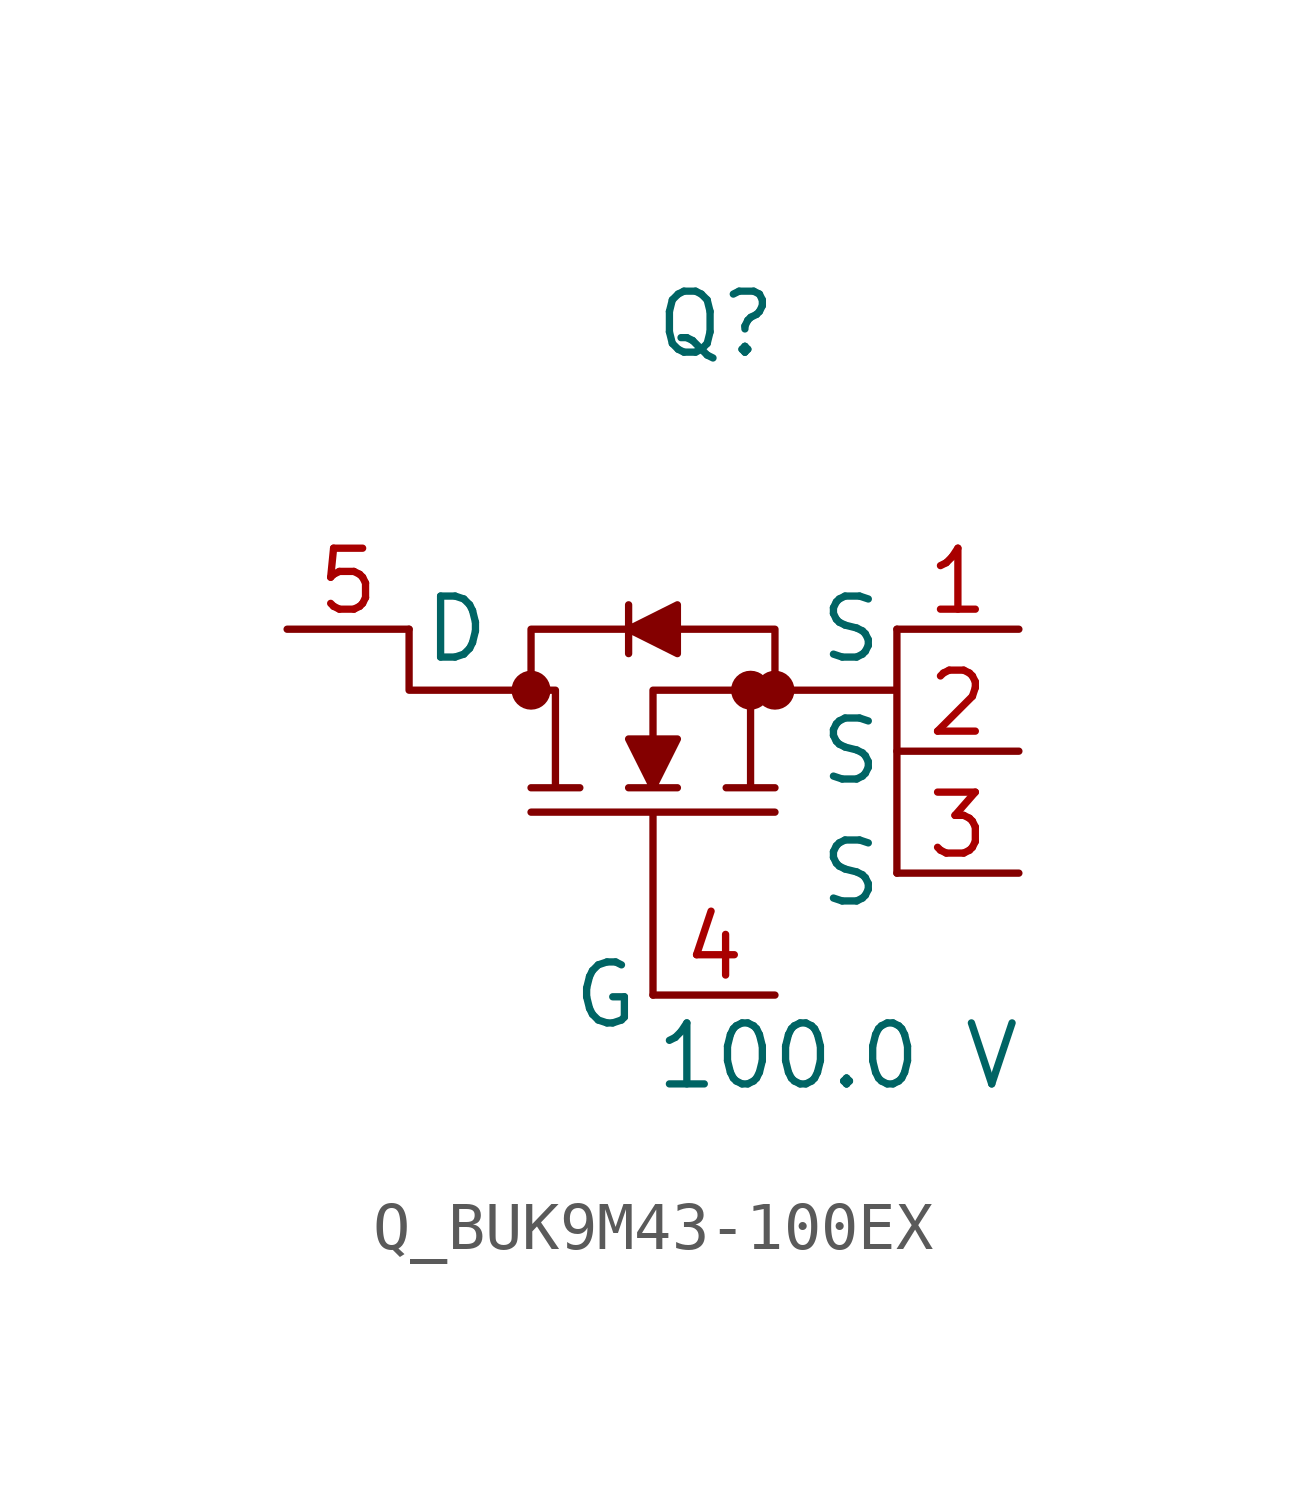
<source format=kicad_sym>
(kicad_symbol_lib
  (version 20231120)
  (generator kicad_symbol_editor)
  (generator_version 8.0)
  (symbol "Q_BUK9M43-100EX"
    (pin_names
      (offset 0.254))
    (property "Reference" "Q"
      (at 0 7.62 0)
      (effects (font (size 1.27 1.27)) (justify left)))
    (property "Value" "100.0 V"
      (at 0 -7.62 0)
      (effects (font (size 1.27 1.27)) (justify left)))
    (symbol "Q_BUK9M43-100EX_1_0"
      (polyline (pts (xy 0 -6.35) (xy 0 -2.54) (xy -2.54 -2.54) (xy 2.54 -2.54) (xy 0 -2.54) (xy 0 -6.35)) (stroke (width 0) (type default)) (fill (type none)))
      (polyline (pts (xy 5.08 1.27) (xy 5.08 0.0) (xy 2.54 0.0) (xy 2.54 1.27) (xy 0.508 1.27) (xy 0.508 1.778) (xy -0.508 1.27) (xy -0.508 1.778) (xy -0.508 1.27) (xy -2.54 1.27) (xy -2.54 0.0) (xy -5.08 0.0) (xy -5.08 1.27) (xy -5.08 0.0) (xy -2.032 0.0) (xy -2.032 -2.032) (xy -2.54 -2.032) (xy -1.524 -2.032) (xy -2.032 -2.032) (xy -2.032 0.0) (xy -2.54 0.0) (xy -2.54 1.27) (xy -0.508 1.27) (xy -0.508 0.762) (xy -0.508 1.27) (xy 0.508 0.762) (xy 0.508 1.27) (xy 2.54 1.27) (xy 2.54 0.0) (xy 0 0.0) (xy 0 -1.016) (xy -0.508 -1.016) (xy 0 -2.032) (xy -0.508 -2.032) (xy 0.508 -2.032) (xy 0 -2.032) (xy 0.508 -1.016) (xy 0 -1.016) (xy 0 0.0) (xy 2.032 0.0) (xy 2.032 -2.032) (xy 1.524 -2.032) (xy 2.54 -2.032) (xy 2.032 -2.032) (xy 2.032 0.0) (xy 5.08 0.0) (xy 5.08 -3.81)) (stroke (width 0) (type default)) (fill (type outline)))
      (circle (center -2.54 0.0) (radius 0.025) (stroke (width 0.381) (type default)) (fill (type none)))
      (circle (center 2.032 0.0) (radius 0.025) (stroke (width 0.381) (type default)) (fill (type none)))
      (circle (center 2.54 0.0) (radius 0.025) (stroke (width 0.381) (type default)) (fill (type none)))
      (pin unspecified line (at -7.62 1.27 0) (length 2.54) (name "D" (effects (font (size 1.27 1.27)))) (number "5" (effects (font (size 1.27 1.27)))))
      (pin unspecified line (at 7.62 1.27 180) (length 2.54) (name "S" (effects (font (size 1.27 1.27)))) (number "1" (effects (font (size 1.27 1.27)))))
      (pin unspecified line (at 7.62 -1.27 180) (length 2.54) (name "S" (effects (font (size 1.27 1.27)))) (number "2" (effects (font (size 1.27 1.27)))))
      (pin unspecified line (at 7.62 -3.81 180) (length 2.54) (name "S" (effects (font (size 1.27 1.27)))) (number "3" (effects (font (size 1.27 1.27)))))
      (pin unspecified line (at 2.54 -6.35 180) (length 2.54) (name "G" (effects (font (size 1.27 1.27)))) (number "4" (effects (font (size 1.27 1.27))))))))
</source>
